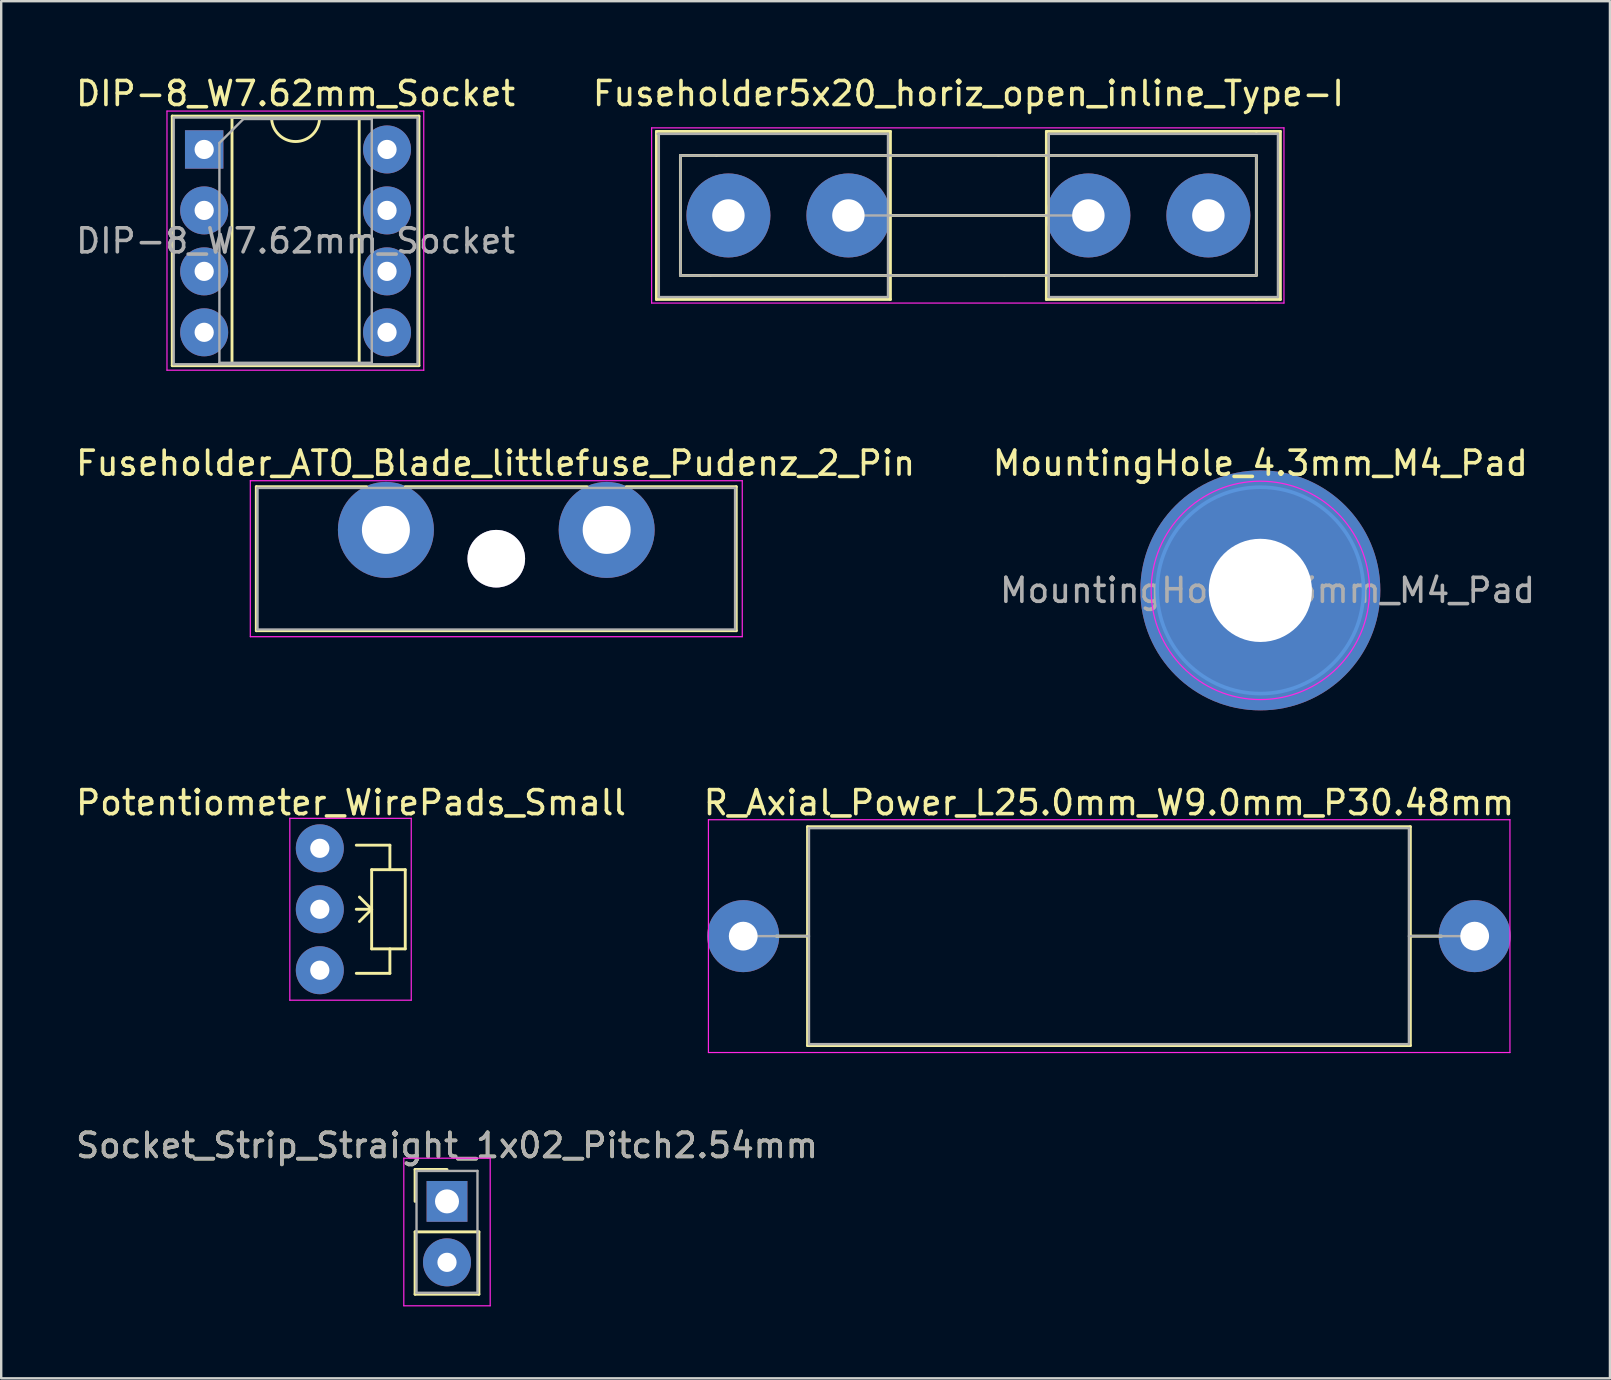
<source format=kicad_pcb>
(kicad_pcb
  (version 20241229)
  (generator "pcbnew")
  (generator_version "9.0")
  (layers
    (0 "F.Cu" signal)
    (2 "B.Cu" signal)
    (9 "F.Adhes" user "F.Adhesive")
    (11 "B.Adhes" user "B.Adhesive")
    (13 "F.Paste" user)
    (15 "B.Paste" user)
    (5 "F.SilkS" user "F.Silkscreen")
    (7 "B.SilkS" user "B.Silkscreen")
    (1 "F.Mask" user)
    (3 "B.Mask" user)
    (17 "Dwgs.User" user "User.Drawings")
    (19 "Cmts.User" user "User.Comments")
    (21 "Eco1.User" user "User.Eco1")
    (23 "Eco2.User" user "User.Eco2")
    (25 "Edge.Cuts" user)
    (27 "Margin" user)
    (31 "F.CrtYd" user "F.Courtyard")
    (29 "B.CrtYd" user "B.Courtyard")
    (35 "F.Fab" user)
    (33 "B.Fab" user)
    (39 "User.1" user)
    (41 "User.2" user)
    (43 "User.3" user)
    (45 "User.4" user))
  (footprint "DIP-8_W7.62mm_Socket"
    (layer "F.Cu")
    (at 5.458 3.178)
    (property "Reference" "DIP-8_W7.62mm_Socket" (at 3.81 -2.33 0) (layer "F.SilkS") (effects (font (size 1 1) (thickness 0.15))))
    (attr through_hole)
    (fp_line (start -1.33 -1.39) (end -1.33 9.01) (stroke (width 0.12) (type solid)) (layer "F.SilkS"))
    (fp_line (start -1.33 9.01) (end 8.95 9.01) (stroke (width 0.12) (type solid)) (layer "F.SilkS"))
    (fp_line (start 1.16 -1.33) (end 1.16 8.95) (stroke (width 0.12) (type solid)) (layer "F.SilkS"))
    (fp_line (start 1.16 8.95) (end 6.46 8.95) (stroke (width 0.12) (type solid)) (layer "F.SilkS"))
    (fp_line (start 2.81 -1.33) (end 1.16 -1.33) (stroke (width 0.12) (type solid)) (layer "F.SilkS"))
    (fp_line (start 6.46 -1.33) (end 4.81 -1.33) (stroke (width 0.12) (type solid)) (layer "F.SilkS"))
    (fp_line (start 6.46 8.95) (end 6.46 -1.33) (stroke (width 0.12) (type solid)) (layer "F.SilkS"))
    (fp_line (start 8.95 -1.39) (end -1.33 -1.39) (stroke (width 0.12) (type solid)) (layer "F.SilkS"))
    (fp_line (start 8.95 9.01) (end 8.95 -1.39) (stroke (width 0.12) (type solid)) (layer "F.SilkS"))
    (fp_arc (start 4.81 -1.33) (mid 3.81 -0.33) (end 2.81 -1.33) (stroke (width 0.12) (type solid)) (layer "F.SilkS"))
    (fp_line (start -1.55 -1.6) (end -1.55 9.2) (stroke (width 0.05) (type solid)) (layer "F.CrtYd"))
    (fp_line (start -1.55 9.2) (end 9.15 9.2) (stroke (width 0.05) (type solid)) (layer "F.CrtYd"))
    (fp_line (start 9.15 -1.6) (end -1.55 -1.6) (stroke (width 0.05) (type solid)) (layer "F.CrtYd"))
    (fp_line (start 9.15 9.2) (end 9.15 -1.6) (stroke (width 0.05) (type solid)) (layer "F.CrtYd"))
    (fp_line (start -1.27 -1.33) (end -1.27 8.95) (stroke (width 0.1) (type solid)) (layer "F.Fab"))
    (fp_line (start -1.27 8.95) (end 8.89 8.95) (stroke (width 0.1) (type solid)) (layer "F.Fab"))
    (fp_line (start 0.635 -0.27) (end 1.635 -1.27) (stroke (width 0.1) (type solid)) (layer "F.Fab"))
    (fp_line (start 0.635 8.89) (end 0.635 -0.27) (stroke (width 0.1) (type solid)) (layer "F.Fab"))
    (fp_line (start 1.635 -1.27) (end 6.985 -1.27) (stroke (width 0.1) (type solid)) (layer "F.Fab"))
    (fp_line (start 6.985 -1.27) (end 6.985 8.89) (stroke (width 0.1) (type solid)) (layer "F.Fab"))
    (fp_line (start 6.985 8.89) (end 0.635 8.89) (stroke (width 0.1) (type solid)) (layer "F.Fab"))
    (fp_line (start 8.89 -1.33) (end -1.27 -1.33) (stroke (width 0.1) (type solid)) (layer "F.Fab"))
    (fp_line (start 8.89 8.95) (end 8.89 -1.33) (stroke (width 0.1) (type solid)) (layer "F.Fab"))
    (fp_text user "${REFERENCE}" (at 3.81 3.81 0) (layer "F.Fab") (effects (font (size 1 1) (thickness 0.15))))
    (pad "1" thru_hole rect (at 0 0) (size 1.6 1.6) (drill 0.8) (layers "*.Cu" "*.Mask"))
    (pad "2" thru_hole oval (at 0 2.54) (size 2 2) (drill 0.8) (layers "*.Cu" "*.Mask"))
    (pad "3" thru_hole oval (at 0 5.08) (size 2 2) (drill 0.8) (layers "*.Cu" "*.Mask"))
    (pad "4" thru_hole oval (at 0 7.62) (size 2 2) (drill 0.8) (layers "*.Cu" "*.Mask"))
    (pad "5" thru_hole oval (at 7.62 7.62) (size 2 2) (drill 0.8) (layers "*.Cu" "*.Mask"))
    (pad "6" thru_hole oval (at 7.62 5.08) (size 2 2) (drill 0.8) (layers "*.Cu" "*.Mask"))
    (pad "7" thru_hole oval (at 7.62 2.54) (size 2 2) (drill 0.8) (layers "*.Cu" "*.Mask"))
    (pad "8" thru_hole oval (at 7.62 0) (size 2 2) (drill 0.8) (layers "*.Cu" "*.Mask")))
  (footprint "Socket_Strip_Straight_1x02_Pitch2.54mm"
    (layer "F.Cu")
    (at 15.577 47.013)
    (property "Reference" "Socket_Strip_Straight_1x02_Pitch2.54mm" (at 0 -2.33 0) (layer "F.SilkS") (effects (font (size 1 1) (thickness 0.15))))
    (attr through_hole)
    (fp_line (start -1.33 -1.33) (end 0 -1.33) (stroke (width 0.12) (type solid)) (layer "F.SilkS"))
    (fp_line (start -1.33 0) (end -1.33 -1.33) (stroke (width 0.12) (type solid)) (layer "F.SilkS"))
    (fp_line (start -1.33 1.27) (end -1.33 3.87) (stroke (width 0.12) (type solid)) (layer "F.SilkS"))
    (fp_line (start -1.33 3.87) (end 1.33 3.87) (stroke (width 0.12) (type solid)) (layer "F.SilkS"))
    (fp_line (start 1.33 1.27) (end -1.33 1.27) (stroke (width 0.12) (type solid)) (layer "F.SilkS"))
    (fp_line (start 1.33 3.87) (end 1.33 1.27) (stroke (width 0.12) (type solid)) (layer "F.SilkS"))
    (fp_line (start -1.8 -1.8) (end -1.8 4.35) (stroke (width 0.05) (type solid)) (layer "F.CrtYd"))
    (fp_line (start -1.8 4.35) (end 1.8 4.35) (stroke (width 0.05) (type solid)) (layer "F.CrtYd"))
    (fp_line (start 1.8 -1.8) (end -1.8 -1.8) (stroke (width 0.05) (type solid)) (layer "F.CrtYd"))
    (fp_line (start 1.8 4.35) (end 1.8 -1.8) (stroke (width 0.05) (type solid)) (layer "F.CrtYd"))
    (fp_line (start -1.27 -1.27) (end -1.27 3.81) (stroke (width 0.1) (type solid)) (layer "F.Fab"))
    (fp_line (start -1.27 3.81) (end 1.27 3.81) (stroke (width 0.1) (type solid)) (layer "F.Fab"))
    (fp_line (start 1.27 -1.27) (end -1.27 -1.27) (stroke (width 0.1) (type solid)) (layer "F.Fab"))
    (fp_line (start 1.27 3.81) (end 1.27 -1.27) (stroke (width 0.1) (type solid)) (layer "F.Fab"))
    (fp_text user "${REFERENCE}" (at 0 -2.33 0) (layer "F.Fab") (effects (font (size 1 1) (thickness 0.15))))
    (pad "1" thru_hole rect (at 0 0) (size 1.7 1.7) (drill 1) (layers "*.Cu" "*.Mask"))
    (pad "2" thru_hole oval (at 0 2.54) (size 2 2) (drill 0.8) (layers "*.Cu" "*.Mask")))
  (footprint "Fuseholder_ATO_Blade_littlefuse_Pudenz_2_Pin"
    (layer "F.Cu")
    (at 13.031 19.032)
    (property "Reference" "Fuseholder_ATO_Blade_littlefuse_Pudenz_2_Pin" (at 4.57 -2.78 0) (layer "F.SilkS") (effects (font (size 1 1) (thickness 0.15))))
    (attr through_hole)
    (fp_line (start -5.4 -1.8) (end -0.81 -1.8) (stroke (width 0.12) (type solid)) (layer "F.SilkS"))
    (fp_line (start -5.4 4.2) (end -5.4 -1.8) (stroke (width 0.12) (type solid)) (layer "F.SilkS"))
    (fp_line (start 0.81 -1.8) (end 8.38 -1.8) (stroke (width 0.12) (type solid)) (layer "F.SilkS"))
    (fp_line (start 10.02 -1.8) (end 14.6 -1.8) (stroke (width 0.12) (type solid)) (layer "F.SilkS"))
    (fp_line (start 14.6 -1.8) (end 14.6 4.2) (stroke (width 0.12) (type solid)) (layer "F.SilkS"))
    (fp_line (start 14.6 4.2) (end -5.4 4.2) (stroke (width 0.12) (type solid)) (layer "F.SilkS"))
    (fp_line (start -5.65 -2.05) (end -5.65 4.45) (stroke (width 0.05) (type solid)) (layer "F.CrtYd"))
    (fp_line (start -5.65 -2.05) (end 14.85 -2.05) (stroke (width 0.05) (type solid)) (layer "F.CrtYd"))
    (fp_line (start 14.85 4.45) (end -5.65 4.45) (stroke (width 0.05) (type solid)) (layer "F.CrtYd"))
    (fp_line (start 14.85 4.45) (end 14.85 -2.05) (stroke (width 0.05) (type solid)) (layer "F.CrtYd"))
    (fp_line (start -5.35 -1.75) (end 14.55 -1.75) (stroke (width 0.1) (type solid)) (layer "F.Fab"))
    (fp_line (start -5.35 4.15) (end -5.35 -1.75) (stroke (width 0.1) (type solid)) (layer "F.Fab"))
    (fp_line (start 14.55 -1.75) (end 14.55 4.15) (stroke (width 0.1) (type solid)) (layer "F.Fab"))
    (fp_line (start 14.55 4.15) (end -5.35 4.15) (stroke (width 0.1) (type solid)) (layer "F.Fab"))
    (pad "" thru_hole circle (at 4.6 1.2) (size 2.4 2.4) (drill 2.4) (layers "*.Cu" "*.Mask"))
    (pad "1" thru_hole circle (at 0 0) (size 4 4) (drill 2) (layers "*.Cu" "*.Mask"))
    (pad "2" thru_hole circle (at 9.2 0) (size 4 4) (drill 2) (layers "*.Cu" "*.Mask")))
  (footprint "R_Axial_Power_L25.0mm_W9.0mm_P30.48mm"
    (layer "F.Cu")
    (at 27.921 35.96)
    (property "Reference" "R_Axial_Power_L25.0mm_W9.0mm_P30.48mm" (at 15.24 -5.56 0) (layer "F.SilkS") (effects (font (size 1 1) (thickness 0.15))))
    (attr through_hole)
    (fp_line (start 1.38 0) (end 2.68 0) (stroke (width 0.12) (type solid)) (layer "F.SilkS"))
    (fp_line (start 2.68 -4.56) (end 2.68 4.56) (stroke (width 0.12) (type solid)) (layer "F.SilkS"))
    (fp_line (start 2.68 4.56) (end 27.8 4.56) (stroke (width 0.12) (type solid)) (layer "F.SilkS"))
    (fp_line (start 27.8 -4.56) (end 2.68 -4.56) (stroke (width 0.12) (type solid)) (layer "F.SilkS"))
    (fp_line (start 27.8 4.56) (end 27.8 -4.56) (stroke (width 0.12) (type solid)) (layer "F.SilkS"))
    (fp_line (start 29.1 0) (end 27.8 0) (stroke (width 0.12) (type solid)) (layer "F.SilkS"))
    (fp_line (start -1.45 -4.85) (end -1.45 4.85) (stroke (width 0.05) (type solid)) (layer "F.CrtYd"))
    (fp_line (start -1.45 4.85) (end 31.95 4.85) (stroke (width 0.05) (type solid)) (layer "F.CrtYd"))
    (fp_line (start 31.95 -4.85) (end -1.45 -4.85) (stroke (width 0.05) (type solid)) (layer "F.CrtYd"))
    (fp_line (start 31.95 4.85) (end 31.95 -4.85) (stroke (width 0.05) (type solid)) (layer "F.CrtYd"))
    (fp_line (start 0 0) (end 2.74 0) (stroke (width 0.1) (type solid)) (layer "F.Fab"))
    (fp_line (start 2.74 -4.5) (end 2.74 4.5) (stroke (width 0.1) (type solid)) (layer "F.Fab"))
    (fp_line (start 2.74 4.5) (end 27.74 4.5) (stroke (width 0.1) (type solid)) (layer "F.Fab"))
    (fp_line (start 27.74 -4.5) (end 2.74 -4.5) (stroke (width 0.1) (type solid)) (layer "F.Fab"))
    (fp_line (start 27.74 4.5) (end 27.74 -4.5) (stroke (width 0.1) (type solid)) (layer "F.Fab"))
    (fp_line (start 30.48 0) (end 27.74 0) (stroke (width 0.1) (type solid)) (layer "F.Fab"))
    (pad "1" thru_hole circle (at 0 0) (size 3 3) (drill 1.2) (layers "*.Cu" "*.Mask"))
    (pad "2" thru_hole circle (at 30.48 0) (size 3 3) (drill 1.2) (layers "*.Cu" "*.Mask")))
  (footprint "Fuseholder5x20_horiz_open_inline_Type-I"
    (layer "F.Cu")
    (at 27.304 5.928)
    (property "Reference" "Fuseholder5x20_horiz_open_inline_Type-I" (at 10 -5.08 0) (layer "F.SilkS") (effects (font (size 1 1) (thickness 0.15))))
    (attr through_hole)
    (fp_line (start -3 -3.5) (end -3 3.5) (stroke (width 0.12) (type solid)) (layer "F.SilkS"))
    (fp_line (start -2 -2.5) (end -2 2.5) (stroke (width 0.12) (type solid)) (layer "F.SilkS"))
    (fp_line (start -0.75 2.5) (end -2 2.5) (stroke (width 0.12) (type solid)) (layer "F.SilkS"))
    (fp_line (start -0.5 -2.5) (end -2 -2.5) (stroke (width 0.12) (type solid)) (layer "F.SilkS"))
    (fp_line (start 6.75 -3.5) (end -3 -3.5) (stroke (width 0.12) (type solid)) (layer "F.SilkS"))
    (fp_line (start 6.75 -3.5) (end 6.75 3.5) (stroke (width 0.12) (type solid)) (layer "F.SilkS"))
    (fp_line (start 6.75 3.5) (end -3 3.5) (stroke (width 0.12) (type solid)) (layer "F.SilkS"))
    (fp_line (start 11.25 -2.5) (end -0.5 -2.5) (stroke (width 0.12) (type solid)) (layer "F.SilkS"))
    (fp_line (start 11.5 2.5) (end -0.75 2.5) (stroke (width 0.12) (type solid)) (layer "F.SilkS"))
    (fp_line (start 13.25 -3.5) (end 13.25 3.5) (stroke (width 0.12) (type solid)) (layer "F.SilkS"))
    (fp_line (start 13.25 0) (end 6.75 0) (stroke (width 0.12) (type solid)) (layer "F.SilkS"))
    (fp_line (start 22 -3.5) (end 13.25 -3.5) (stroke (width 0.12) (type solid)) (layer "F.SilkS"))
    (fp_line (start 22 -2.5) (end 11.25 -2.5) (stroke (width 0.12) (type solid)) (layer "F.SilkS"))
    (fp_line (start 22 -2.5) (end 22 2.5) (stroke (width 0.12) (type solid)) (layer "F.SilkS"))
    (fp_line (start 22 2.5) (end 11.5 2.5) (stroke (width 0.12) (type solid)) (layer "F.SilkS"))
    (fp_line (start 22 3.5) (end 13.25 3.5) (stroke (width 0.12) (type solid)) (layer "F.SilkS"))
    (fp_line (start 23 -3.5) (end 22 -3.5) (stroke (width 0.12) (type solid)) (layer "F.SilkS"))
    (fp_line (start 23 -3.5) (end 23 3.5) (stroke (width 0.12) (type solid)) (layer "F.SilkS"))
    (fp_line (start 23 3.5) (end 22 3.5) (stroke (width 0.12) (type solid)) (layer "F.SilkS"))
    (fp_line (start -3.2 -3.65) (end -3.2 3.65) (stroke (width 0.05) (type solid)) (layer "F.CrtYd"))
    (fp_line (start -3.2 -3.65) (end 23.15 -3.65) (stroke (width 0.05) (type solid)) (layer "F.CrtYd"))
    (fp_line (start 23.15 3.65) (end -3.2 3.65) (stroke (width 0.05) (type solid)) (layer "F.CrtYd"))
    (fp_line (start 23.15 3.65) (end 23.15 -3.65) (stroke (width 0.05) (type solid)) (layer "F.CrtYd"))
    (fp_line (start -2.95 -3.4) (end 6.65 -3.4) (stroke (width 0.1) (type solid)) (layer "F.Fab"))
    (fp_line (start -2.9 3.4) (end -2.9 -3.4) (stroke (width 0.1) (type solid)) (layer "F.Fab"))
    (fp_line (start -2 -2.5) (end 22 -2.5) (stroke (width 0.1) (type solid)) (layer "F.Fab"))
    (fp_line (start -2 2.5) (end -2 -2.5) (stroke (width 0.1) (type solid)) (layer "F.Fab"))
    (fp_line (start 5 0) (end 15 0) (stroke (width 0.1) (type solid)) (layer "F.Fab"))
    (fp_line (start 6.65 -3.4) (end 6.65 3.4) (stroke (width 0.1) (type solid)) (layer "F.Fab"))
    (fp_line (start 6.65 3.4) (end -2.9 3.4) (stroke (width 0.1) (type solid)) (layer "F.Fab"))
    (fp_line (start 13.35 -3.4) (end 13.35 3.4) (stroke (width 0.1) (type solid)) (layer "F.Fab"))
    (fp_line (start 13.35 3.4) (end 22.9 3.4) (stroke (width 0.1) (type solid)) (layer "F.Fab"))
    (fp_line (start 22 -2.5) (end 22 2.5) (stroke (width 0.1) (type solid)) (layer "F.Fab"))
    (fp_line (start 22 2.5) (end -2 2.5) (stroke (width 0.1) (type solid)) (layer "F.Fab"))
    (fp_line (start 22.9 -3.4) (end 13.35 -3.4) (stroke (width 0.1) (type solid)) (layer "F.Fab"))
    (fp_line (start 22.9 3.4) (end 22.9 -3.4) (stroke (width 0.1) (type solid)) (layer "F.Fab"))
    (pad "1" thru_hole circle (at 0 0) (size 3.5 3.5) (drill 1.35) (layers "*.Cu" "*.Mask"))
    (pad "1" thru_hole circle (at 5 0) (size 3.5 3.5) (drill 1.35) (layers "*.Cu" "*.Mask"))
    (pad "2" thru_hole circle (at 15 0) (size 3.5 3.5) (drill 1.35) (layers "*.Cu" "*.Mask"))
    (pad "2" thru_hole circle (at 20 0) (size 3.5 3.5) (drill 1.35) (layers "*.Cu" "*.Mask")))
  (footprint "Potentiometer_WirePads_Small"
    (layer "F.Cu")
    (at 10.277 32.3)
    (property "Reference" "Potentiometer_WirePads_Small" (at 1.3 -1.9 0) (layer "F.SilkS") (effects (font (size 1 1) (thickness 0.15))))
    (attr through_hole)
    (fp_line (start 2.16 0.89) (end 3.56 0.89) (stroke (width 0.12) (type solid)) (layer "F.SilkS"))
    (fp_line (start 2.16 2.54) (end 1.52 2.54) (stroke (width 0.12) (type solid)) (layer "F.SilkS"))
    (fp_line (start 2.16 2.54) (end 1.65 2.03) (stroke (width 0.12) (type solid)) (layer "F.SilkS"))
    (fp_line (start 2.16 2.54) (end 1.65 3.05) (stroke (width 0.12) (type solid)) (layer "F.SilkS"))
    (fp_line (start 2.16 4.19) (end 2.16 0.89) (stroke (width 0.12) (type solid)) (layer "F.SilkS"))
    (fp_line (start 2.92 -0.13) (end 1.52 -0.13) (stroke (width 0.12) (type solid)) (layer "F.SilkS"))
    (fp_line (start 2.92 0.89) (end 2.92 -0.13) (stroke (width 0.12) (type solid)) (layer "F.SilkS"))
    (fp_line (start 2.92 4.19) (end 2.92 5.21) (stroke (width 0.12) (type solid)) (layer "F.SilkS"))
    (fp_line (start 2.92 5.21) (end 1.52 5.21) (stroke (width 0.12) (type solid)) (layer "F.SilkS"))
    (fp_line (start 3.56 0.89) (end 3.56 4.19) (stroke (width 0.12) (type solid)) (layer "F.SilkS"))
    (fp_line (start 3.56 4.19) (end 2.16 4.19) (stroke (width 0.12) (type solid)) (layer "F.SilkS"))
    (fp_line (start -1.25 -1.25) (end -1.25 6.33) (stroke (width 0.05) (type solid)) (layer "F.CrtYd"))
    (fp_line (start -1.25 -1.25) (end 3.81 -1.25) (stroke (width 0.05) (type solid)) (layer "F.CrtYd"))
    (fp_line (start 3.81 6.33) (end -1.25 6.33) (stroke (width 0.05) (type solid)) (layer "F.CrtYd"))
    (fp_line (start 3.81 6.33) (end 3.81 -1.25) (stroke (width 0.05) (type solid)) (layer "F.CrtYd"))
    (pad "1" thru_hole circle (at 0 0) (size 2 2) (drill 0.8) (layers "*.Cu" "*.Mask"))
    (pad "2" thru_hole circle (at 0 2.54) (size 2 2) (drill 0.8) (layers "*.Cu" "*.Mask"))
    (pad "3" thru_hole circle (at 0 5.08) (size 2 2) (drill 0.8) (layers "*.Cu" "*.Mask")))
  (footprint "MountingHole_4.3mm_M4_Pad"
    (layer "F.Cu")
    (at 49.47 21.552)
    (property "Reference" "MountingHole_4.3mm_M4_Pad" (at 0 -5.3 0) (layer "F.SilkS") (effects (font (size 1 1) (thickness 0.15))))
    (attr exclude_from_pos_files exclude_from_bom)
    (fp_circle (center 0 0) (end 4.3 0) (stroke (width 0.15) (type solid)) (fill no) (layer "Cmts.User"))
    (fp_circle (center 0 0) (end 4.55 0) (stroke (width 0.05) (type solid)) (fill no) (layer "F.CrtYd"))
    (fp_text user "${REFERENCE}" (at 0.3 0 0) (layer "F.Fab") (effects (font (size 1 1) (thickness 0.15))))
    (pad "1" thru_hole circle (at 0 0) (size 10 10) (drill 4.3) (layers "*.Cu" "*.Mask")))
  (gr_rect
    (start -3 -3)
    (end 64.038 54.388)
    (stroke (width 0.1) (type default))
    (fill no)
    (layer "Edge.Cuts")))
</source>
